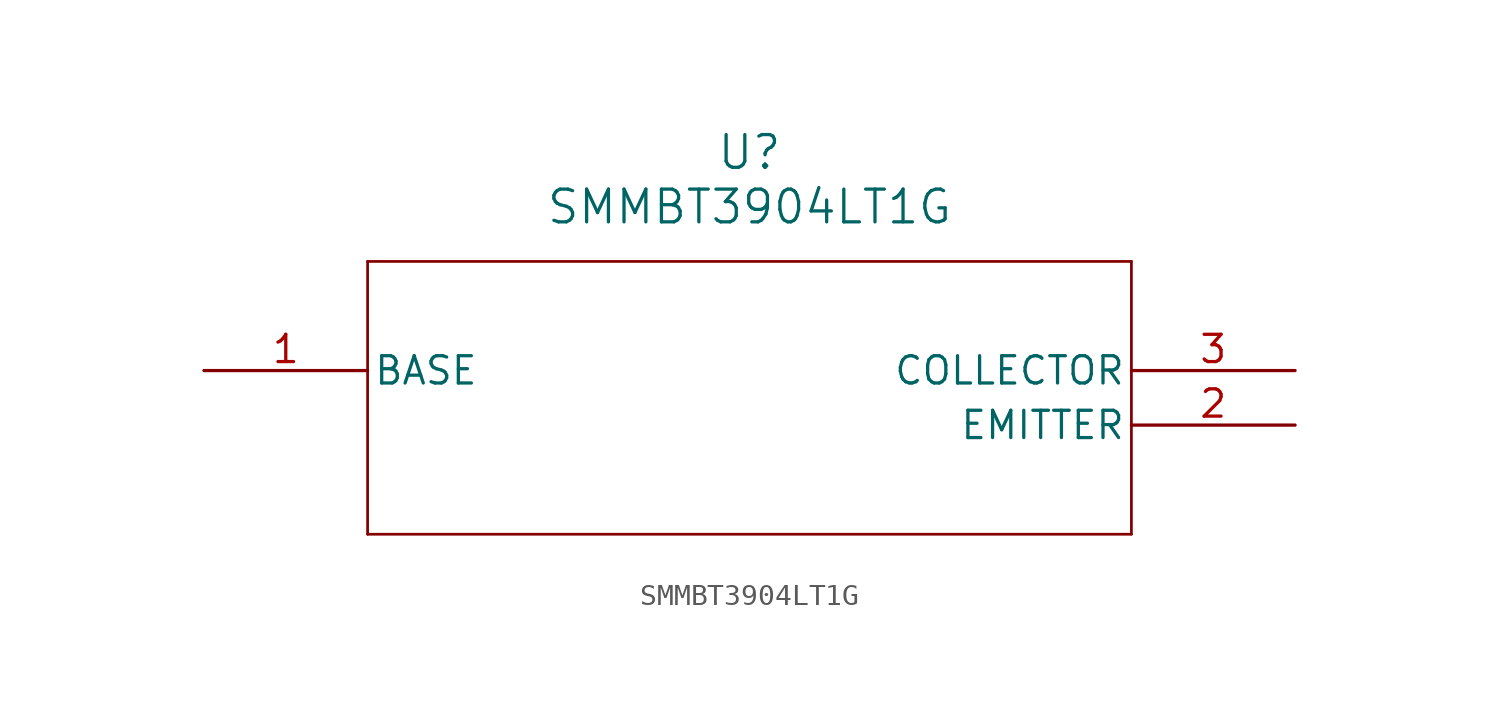
<source format=kicad_sym>
(kicad_symbol_lib
  (version 20241209)
  (generator "kicad_symbol_editor")
  (generator_version "9.0")
  (symbol "SMMBT3904LT1G"
    (pin_names
      (offset 0.254))
    (property "Reference" "U"
      (at 25.4 10.16 0)
      (effects (font (size 1.524 1.524))))
    (property "Value" "SMMBT3904LT1G"
      (at 25.4 7.62 0)
      (effects (font (size 1.524 1.524))))
    (symbol "SMMBT3904LT1G_0_1"
      (polyline (pts (xy 7.62 5.08) (xy 7.62 -7.62)) (stroke (width 0.127) (type default)) (fill (type none)))
      (polyline (pts (xy 7.62 -7.62) (xy 43.18 -7.62)) (stroke (width 0.127) (type default)) (fill (type none)))
      (polyline (pts (xy 43.18 5.08) (xy 7.62 5.08)) (stroke (width 0.127) (type default)) (fill (type none)))
      (polyline (pts (xy 43.18 -7.62) (xy 43.18 5.08)) (stroke (width 0.127) (type default)) (fill (type none)))
      (pin unspecified line (at 0 0 0) (length 7.62) (name "BASE" (effects (font (size 1.27 1.27)))) (number "1" (effects (font (size 1.27 1.27)))))
      (pin unspecified line (at 50.8 0 180) (length 7.62) (name "COLLECTOR" (effects (font (size 1.27 1.27)))) (number "3" (effects (font (size 1.27 1.27)))))
      (pin unspecified line (at 50.8 -2.54 180) (length 7.62) (name "EMITTER" (effects (font (size 1.27 1.27)))) (number "2" (effects (font (size 1.27 1.27))))))))
</source>
